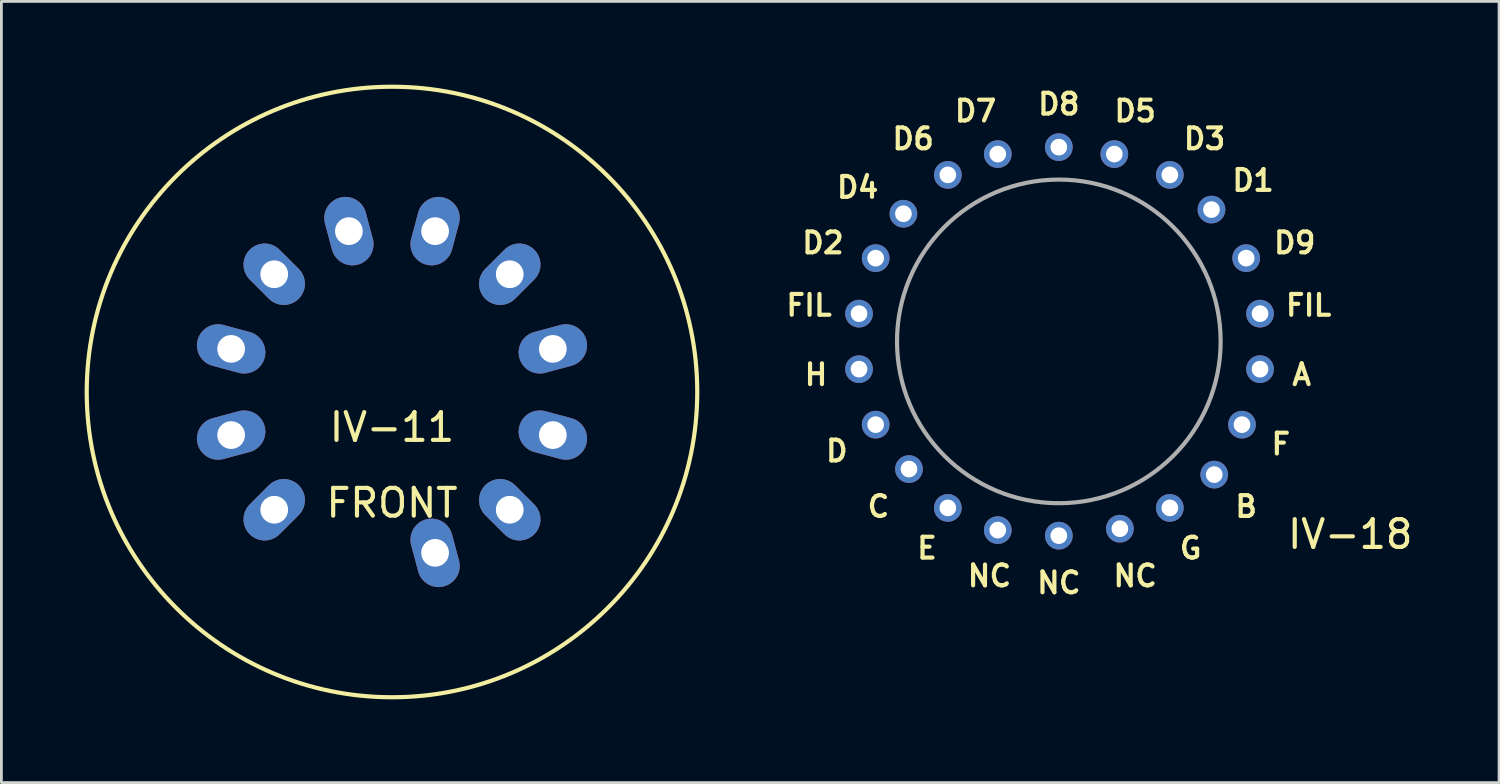
<source format=kicad_pcb>
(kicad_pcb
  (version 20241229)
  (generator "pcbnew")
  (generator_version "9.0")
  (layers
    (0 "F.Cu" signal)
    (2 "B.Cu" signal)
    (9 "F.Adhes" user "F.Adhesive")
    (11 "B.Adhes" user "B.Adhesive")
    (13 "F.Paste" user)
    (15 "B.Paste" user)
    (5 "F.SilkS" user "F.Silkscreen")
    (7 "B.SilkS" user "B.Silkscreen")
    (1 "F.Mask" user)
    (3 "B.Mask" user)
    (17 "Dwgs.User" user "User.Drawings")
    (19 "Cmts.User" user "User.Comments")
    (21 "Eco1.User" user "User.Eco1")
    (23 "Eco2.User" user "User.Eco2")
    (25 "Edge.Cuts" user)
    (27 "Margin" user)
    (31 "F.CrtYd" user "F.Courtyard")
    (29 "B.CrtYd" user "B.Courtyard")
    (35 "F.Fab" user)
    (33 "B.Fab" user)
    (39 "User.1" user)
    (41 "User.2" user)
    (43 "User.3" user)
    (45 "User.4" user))
  (footprint "IV-11"
    (layer "F.Cu")
    (at 11.075 11.075)
    (property "Reference" "IV-11" (at 0 1.27 0) (layer "F.SilkS") (effects (font (size 1 1) (thickness 0.15))))
    (attr through_hole)
    (fp_circle (center 0 0) (end 11 0) (stroke (width 0.15) (type solid)) (fill no) (layer "F.SilkS"))
    (fp_text user "FRONT" (at 0 4 0) (layer "F.SilkS") (effects (font (size 1 1) (thickness 0.15))))
    (pad "1" thru_hole oval (at 1.553 5.796 105) (size 2.5 1.524) (drill 1) (layers "*.Cu" "*.Mask"))
    (pad "2" thru_hole oval (at 4.243 4.243 135) (size 2.5 1.524) (drill 1) (layers "*.Cu" "*.Mask"))
    (pad "3" thru_hole oval (at 5.796 1.553 165) (size 2.5 1.524) (drill 1) (layers "*.Cu" "*.Mask"))
    (pad "4" thru_hole oval (at 5.796 -1.553 195) (size 2.5 1.524) (drill 1) (layers "*.Cu" "*.Mask"))
    (pad "5" thru_hole oval (at 4.243 -4.243 225) (size 2.5 1.524) (drill 1) (layers "*.Cu" "*.Mask"))
    (pad "6" thru_hole oval (at 1.553 -5.796 255) (size 2.5 1.524) (drill 1) (layers "*.Cu" "*.Mask"))
    (pad "7" thru_hole oval (at -1.553 -5.796 285) (size 2.5 1.524) (drill 1) (layers "*.Cu" "*.Mask"))
    (pad "8" thru_hole oval (at -4.243 -4.243 315) (size 2.5 1.524) (drill 1) (layers "*.Cu" "*.Mask"))
    (pad "9" thru_hole oval (at -5.796 -1.553 345) (size 2.5 1.524) (drill 1) (layers "*.Cu" "*.Mask"))
    (pad "10" thru_hole oval (at -5.796 1.553 15) (size 2.5 1.524) (drill 1) (layers "*.Cu" "*.Mask"))
    (pad "11" thru_hole oval (at -4.243 4.243 45) (size 2.5 1.524) (drill 1) (layers "*.Cu" "*.Mask")))
  (footprint "IV-18"
    (layer "F.Cu")
    (at 35.104 9.452)
    (property "Reference" "IV-18" (at 10.5 6.75 0) (layer "F.SilkS") (effects (font (size 1 1) (thickness 0.15))))
    (attr through_hole)
    (fp_circle (center 0 -0.2) (end -5 2.8) (stroke (width 0.15) (type solid)) (fill no) (layer "F.Fab"))
    (fp_text user "D2" (at -8.5 -3.75 0) (layer "F.SilkS") (effects (font (size 0.75 0.75) (thickness 0.15))))
    (fp_text user "A" (at 8.75 1 0) (layer "F.SilkS") (effects (font (size 0.75 0.75) (thickness 0.15))))
    (fp_text user "NC" (at 2.75 8.25 0) (layer "F.SilkS") (effects (font (size 0.75 0.75) (thickness 0.15))))
    (fp_text user "D6" (at -5.25 -7.5 0) (layer "F.SilkS") (effects (font (size 0.75 0.75) (thickness 0.15))))
    (fp_text user "E" (at -4.75 7.25 0) (layer "F.SilkS") (effects (font (size 0.75 0.75) (thickness 0.15))))
    (fp_text user "B" (at 6.75 5.75 0) (layer "F.SilkS") (effects (font (size 0.75 0.75) (thickness 0.15))))
    (fp_text user "NC" (at 0 8.5 0) (layer "F.SilkS") (effects (font (size 0.75 0.75) (thickness 0.15))))
    (fp_text user "C" (at -6.5 5.75 0) (layer "F.SilkS") (effects (font (size 0.75 0.75) (thickness 0.15))))
    (fp_text user "D" (at -8 3.75 0) (layer "F.SilkS") (effects (font (size 0.75 0.75) (thickness 0.15))))
    (fp_text user "D5" (at 2.75 -8.5 0) (layer "F.SilkS") (effects (font (size 0.75 0.75) (thickness 0.15))))
    (fp_text user "FIL" (at -9 -1.5 0) (layer "F.SilkS") (effects (font (size 0.75 0.75) (thickness 0.15))))
    (fp_text user "H" (at -8.75 1 0) (layer "F.SilkS") (effects (font (size 0.75 0.75) (thickness 0.15))))
    (fp_text user "D3" (at 5.25 -7.5 0) (layer "F.SilkS") (effects (font (size 0.75 0.75) (thickness 0.15))))
    (fp_text user "D7" (at -3 -8.5 0) (layer "F.SilkS") (effects (font (size 0.75 0.75) (thickness 0.15))))
    (fp_text user "NC" (at -2.5 8.25 0) (layer "F.SilkS") (effects (font (size 0.75 0.75) (thickness 0.15))))
    (fp_text user "G" (at 4.75 7.25 0) (layer "F.SilkS") (effects (font (size 0.75 0.75) (thickness 0.15))))
    (fp_text user "FIL" (at 9 -1.5 0) (layer "F.SilkS") (effects (font (size 0.75 0.75) (thickness 0.15))))
    (fp_text user "D1" (at 7 -6 0) (layer "F.SilkS") (effects (font (size 0.75 0.75) (thickness 0.15))))
    (fp_text user "D9" (at 8.5 -3.75 0) (layer "F.SilkS") (effects (font (size 0.75 0.75) (thickness 0.15))))
    (fp_text user "D4" (at -7.25 -5.75 0) (layer "F.SilkS") (effects (font (size 0.75 0.75) (thickness 0.15))))
    (fp_text user "F" (at 8 3.5 0) (layer "F.SilkS") (effects (font (size 0.75 0.75) (thickness 0.15))))
    (fp_text user "D8" (at 0 -8.75 0) (layer "F.SilkS") (effects (font (size 0.75 0.75) (thickness 0.15))))
    (pad "1" thru_hole circle (at -7.2 -1.2) (size 1 1) (drill 0.6) (layers "*.Cu" "*.Mask"))
    (pad "2" thru_hole circle (at -7.2 0.8) (size 1 1) (drill 0.6) (layers "*.Cu" "*.Mask"))
    (pad "3" thru_hole circle (at -6.6 2.8) (size 1 1) (drill 0.6) (layers "*.Cu" "*.Mask"))
    (pad "4" thru_hole circle (at -5.4 4.4) (size 1 1) (drill 0.6) (layers "*.Cu" "*.Mask"))
    (pad "5" thru_hole circle (at -4 5.8) (size 1 1) (drill 0.6) (layers "*.Cu" "*.Mask"))
    (pad "6" thru_hole circle (at -2.2 6.6) (size 1 1) (drill 0.6) (layers "*.Cu" "*.Mask"))
    (pad "7" thru_hole circle (at 0 6.8) (size 1 1) (drill 0.6) (layers "*.Cu" "*.Mask"))
    (pad "8" thru_hole circle (at 2.2 6.55) (size 1 1) (drill 0.6) (layers "*.Cu" "*.Mask"))
    (pad "9" thru_hole circle (at 4 5.8) (size 1 1) (drill 0.6) (layers "*.Cu" "*.Mask"))
    (pad "10" thru_hole circle (at 5.6 4.6) (size 1 1) (drill 0.6) (layers "*.Cu" "*.Mask"))
    (pad "11" thru_hole circle (at 6.6 2.8) (size 1 1) (drill 0.6) (layers "*.Cu" "*.Mask"))
    (pad "12" thru_hole circle (at 7.25 0.8) (size 1 1) (drill 0.6) (layers "*.Cu" "*.Mask"))
    (pad "13" thru_hole circle (at 7.25 -1.2) (size 1 1) (drill 0.6) (layers "*.Cu" "*.Mask"))
    (pad "14" thru_hole circle (at 6.75 -3.2) (size 1 1) (drill 0.6) (layers "*.Cu" "*.Mask"))
    (pad "15" thru_hole circle (at 5.5 -4.95) (size 1 1) (drill 0.6) (layers "*.Cu" "*.Mask"))
    (pad "16" thru_hole circle (at 4 -6.2) (size 1 1) (drill 0.6) (layers "*.Cu" "*.Mask"))
    (pad "17" thru_hole circle (at 2 -6.95) (size 1 1) (drill 0.6) (layers "*.Cu" "*.Mask"))
    (pad "18" thru_hole circle (at 0 -7.2) (size 1 1) (drill 0.6) (layers "*.Cu" "*.Mask"))
    (pad "19" thru_hole circle (at -2.2 -6.95) (size 1 1) (drill 0.6) (layers "*.Cu" "*.Mask"))
    (pad "20" thru_hole circle (at -4 -6.2) (size 1 1) (drill 0.6) (layers "*.Cu" "*.Mask"))
    (pad "21" thru_hole circle (at -5.6 -4.8) (size 1 1) (drill 0.6) (layers "*.Cu" "*.Mask"))
    (pad "22" thru_hole circle (at -6.6 -3.2) (size 1 1) (drill 0.6) (layers "*.Cu" "*.Mask")))
  (gr_rect
    (start -3 -3)
    (end 50.967 25.15)
    (stroke (width 0.1) (type default))
    (fill no)
    (layer "Edge.Cuts")))
</source>
